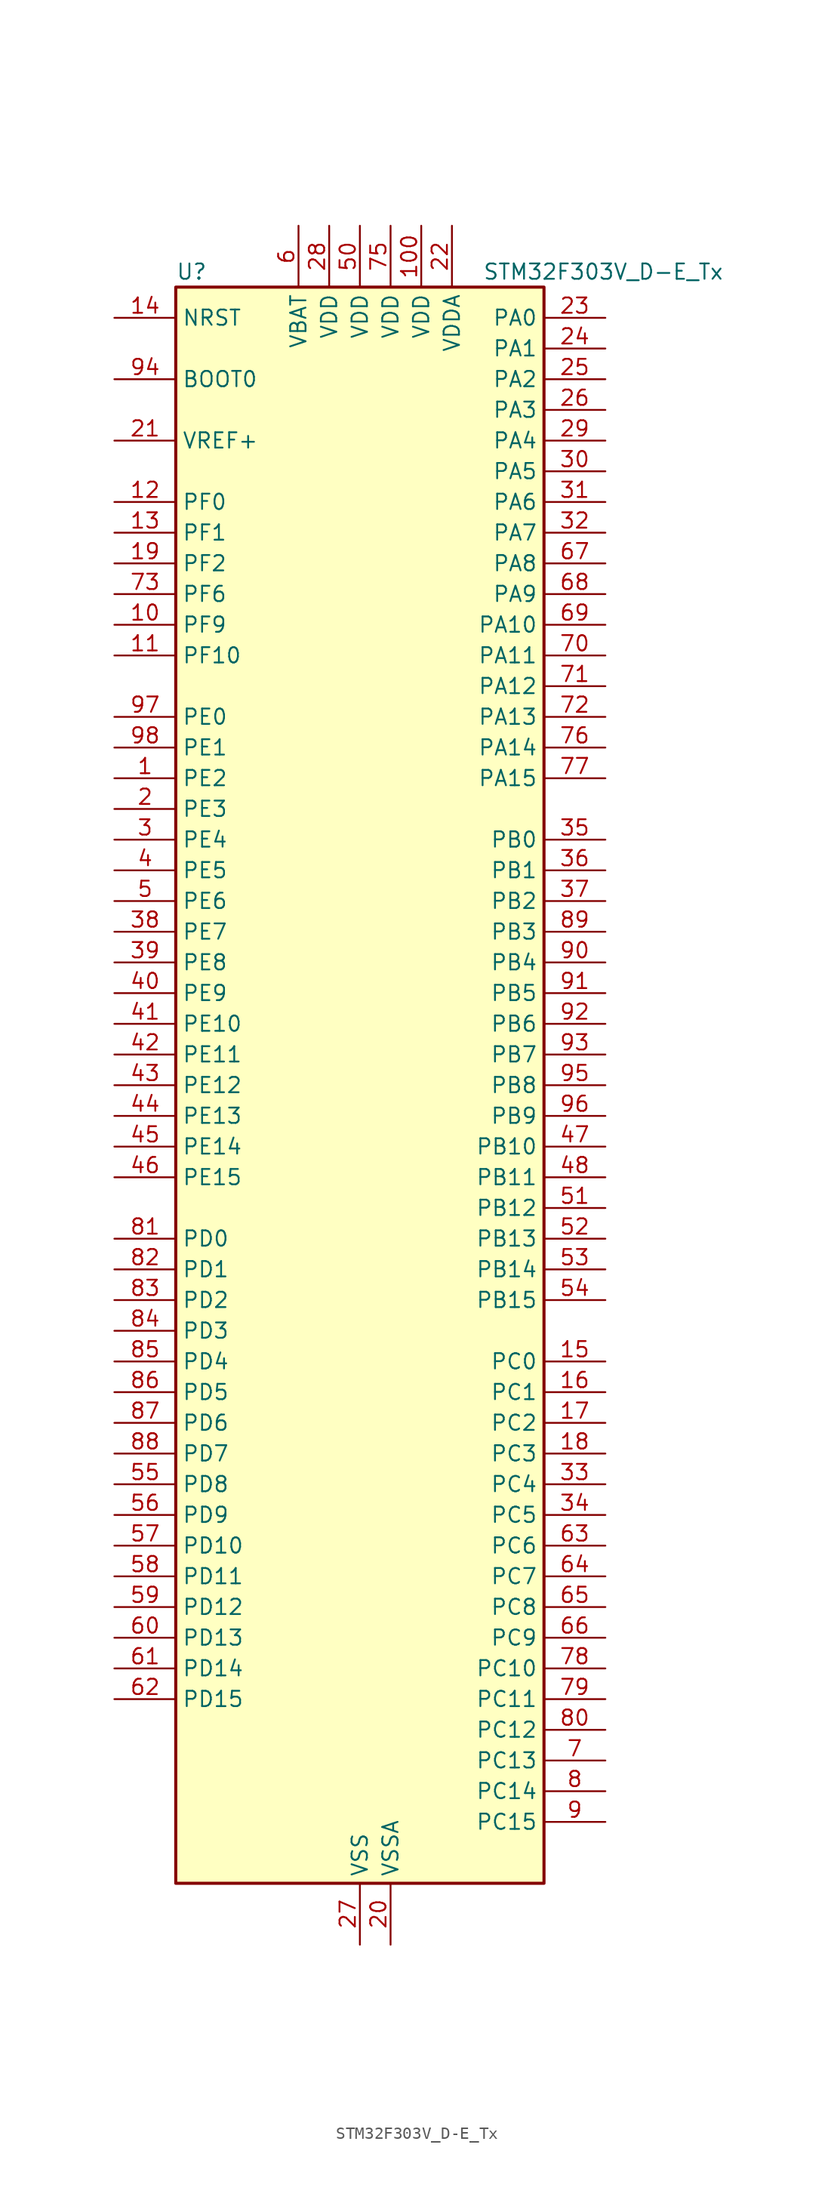
<source format=kicad_sym>
(kicad_symbol_lib
  (version 20231120)
  (generator "kicad_symbol_editor")
  (generator_version "8.0")
  (symbol "STM32F303V_D-E_Tx"
    (property "Reference" "U"
      (at -15.24 67.31 0)
      (effects (font (size 1.27 1.27)) (justify left)))
    (property "Value" "STM32F303V_D-E_Tx"
      (at 10.16 67.31 0)
      (effects (font (size 1.27 1.27)) (justify left)))
    (property "ki_locked" ""
      (at 0 0 0)
      (effects (font (size 1.27 1.27))))
    (symbol "STM32F303V_D-E_Tx_0_1"
      (rectangle (start -15.24 -66.04) (end 15.24 66.04) (stroke (width 0.254) (type default)) (fill (type background))))
    (symbol "STM32F303V_D-E_Tx_1_1"
      (pin bidirectional line (at -20.32 25.4 0) (length 5.08) (name "PE2" (effects (font (size 1.27 1.27)))) (number "1" (effects (font (size 1.27 1.27)))) (alternate "ADC3_EXTI2" bidirectional line) (alternate "ADC4_EXTI2" bidirectional line) (alternate "FMC_A23" bidirectional line) (alternate "SPI4_SCK" bidirectional line) (alternate "SYS_TRACECK" bidirectional line) (alternate "TIM20_CH1" bidirectional line) (alternate "TIM3_CH1" bidirectional line) (alternate "TSC_G7_IO1" bidirectional line))
      (pin bidirectional line (at -20.32 38.1 0) (length 5.08) (name "PF9" (effects (font (size 1.27 1.27)))) (number "10" (effects (font (size 1.27 1.27)))) (alternate "DAC1_EXTI9" bidirectional line) (alternate "FMC_CD" bidirectional line) (alternate "SPI2_SCK" bidirectional line) (alternate "TIM15_CH1" bidirectional line) (alternate "TIM20_BKIN" bidirectional line))
      (pin power_in line (at 5.08 71.12 270) (length 5.08) (name "VDD" (effects (font (size 1.27 1.27)))) (number "100" (effects (font (size 1.27 1.27)))))
      (pin bidirectional line (at -20.32 35.56 0) (length 5.08) (name "PF10" (effects (font (size 1.27 1.27)))) (number "11" (effects (font (size 1.27 1.27)))) (alternate "FMC_INTR" bidirectional line) (alternate "SPI2_SCK" bidirectional line) (alternate "TIM15_CH2" bidirectional line) (alternate "TIM20_BKIN2" bidirectional line))
      (pin bidirectional line (at -20.32 48.26 0) (length 5.08) (name "PF0" (effects (font (size 1.27 1.27)))) (number "12" (effects (font (size 1.27 1.27)))) (alternate "I2C2_SDA" bidirectional line) (alternate "I2S2_WS" bidirectional line) (alternate "RCC_OSC_IN" bidirectional line) (alternate "SPI2_NSS" bidirectional line) (alternate "TIM1_CH3N" bidirectional line))
      (pin bidirectional line (at -20.32 45.72 0) (length 5.08) (name "PF1" (effects (font (size 1.27 1.27)))) (number "13" (effects (font (size 1.27 1.27)))) (alternate "I2C2_SCL" bidirectional line) (alternate "I2S2_CK" bidirectional line) (alternate "RCC_OSC_OUT" bidirectional line) (alternate "SPI2_SCK" bidirectional line))
      (pin input line (at -20.32 63.5 0) (length 5.08) (name "NRST" (effects (font (size 1.27 1.27)))) (number "14" (effects (font (size 1.27 1.27)))))
      (pin bidirectional line (at 20.32 -22.86 180) (length 5.08) (name "PC0" (effects (font (size 1.27 1.27)))) (number "15" (effects (font (size 1.27 1.27)))) (alternate "ADC1_IN6" bidirectional line) (alternate "ADC2_IN6" bidirectional line) (alternate "COMP7_INM" bidirectional line) (alternate "TIM1_CH1" bidirectional line))
      (pin bidirectional line (at 20.32 -25.4 180) (length 5.08) (name "PC1" (effects (font (size 1.27 1.27)))) (number "16" (effects (font (size 1.27 1.27)))) (alternate "ADC1_IN7" bidirectional line) (alternate "ADC2_IN7" bidirectional line) (alternate "COMP7_INP" bidirectional line) (alternate "TIM1_CH2" bidirectional line))
      (pin bidirectional line (at 20.32 -27.94 180) (length 5.08) (name "PC2" (effects (font (size 1.27 1.27)))) (number "17" (effects (font (size 1.27 1.27)))) (alternate "ADC1_IN8" bidirectional line) (alternate "ADC2_IN8" bidirectional line) (alternate "ADC3_EXTI2" bidirectional line) (alternate "ADC4_EXTI2" bidirectional line) (alternate "COMP7_OUT" bidirectional line) (alternate "TIM1_CH3" bidirectional line))
      (pin bidirectional line (at 20.32 -30.48 180) (length 5.08) (name "PC3" (effects (font (size 1.27 1.27)))) (number "18" (effects (font (size 1.27 1.27)))) (alternate "ADC1_IN9" bidirectional line) (alternate "ADC2_IN9" bidirectional line) (alternate "TIM1_BKIN2" bidirectional line) (alternate "TIM1_CH4" bidirectional line))
      (pin bidirectional line (at -20.32 43.18 0) (length 5.08) (name "PF2" (effects (font (size 1.27 1.27)))) (number "19" (effects (font (size 1.27 1.27)))) (alternate "ADC1_IN10" bidirectional line) (alternate "ADC2_IN10" bidirectional line) (alternate "ADC3_EXTI2" bidirectional line) (alternate "ADC4_EXTI2" bidirectional line) (alternate "FMC_A2" bidirectional line) (alternate "TIM20_CH3" bidirectional line))
      (pin bidirectional line (at -20.32 22.86 0) (length 5.08) (name "PE3" (effects (font (size 1.27 1.27)))) (number "2" (effects (font (size 1.27 1.27)))) (alternate "FMC_A19" bidirectional line) (alternate "SPI4_NSS" bidirectional line) (alternate "SYS_TRACED0" bidirectional line) (alternate "TIM20_CH2" bidirectional line) (alternate "TIM3_CH2" bidirectional line) (alternate "TSC_G7_IO2" bidirectional line))
      (pin power_in line (at 2.54 -71.12 90) (length 5.08) (name "VSSA" (effects (font (size 1.27 1.27)))) (number "20" (effects (font (size 1.27 1.27)))))
      (pin input line (at -20.32 53.34 0) (length 5.08) (name "VREF+" (effects (font (size 1.27 1.27)))) (number "21" (effects (font (size 1.27 1.27)))))
      (pin power_in line (at 7.62 71.12 270) (length 5.08) (name "VDDA" (effects (font (size 1.27 1.27)))) (number "22" (effects (font (size 1.27 1.27)))))
      (pin bidirectional line (at 20.32 63.5 180) (length 5.08) (name "PA0" (effects (font (size 1.27 1.27)))) (number "23" (effects (font (size 1.27 1.27)))) (alternate "ADC1_IN1" bidirectional line) (alternate "COMP1_INM" bidirectional line) (alternate "COMP1_OUT" bidirectional line) (alternate "RTC_TAMP2" bidirectional line) (alternate "SYS_WKUP1" bidirectional line) (alternate "TIM2_CH1" bidirectional line) (alternate "TIM2_ETR" bidirectional line) (alternate "TIM8_BKIN" bidirectional line) (alternate "TIM8_ETR" bidirectional line) (alternate "TSC_G1_IO1" bidirectional line) (alternate "USART2_CTS" bidirectional line))
      (pin bidirectional line (at 20.32 60.96 180) (length 5.08) (name "PA1" (effects (font (size 1.27 1.27)))) (number "24" (effects (font (size 1.27 1.27)))) (alternate "ADC1_IN2" bidirectional line) (alternate "COMP1_INP" bidirectional line) (alternate "OPAMP1_VINP" bidirectional line) (alternate "OPAMP1_VINP_SEC" bidirectional line) (alternate "OPAMP3_VINP" bidirectional line) (alternate "OPAMP3_VINP_SEC" bidirectional line) (alternate "RTC_REFIN" bidirectional line) (alternate "TIM15_CH1N" bidirectional line) (alternate "TIM2_CH2" bidirectional line) (alternate "TSC_G1_IO2" bidirectional line) (alternate "USART2_DE" bidirectional line) (alternate "USART2_RTS" bidirectional line))
      (pin bidirectional line (at 20.32 58.42 180) (length 5.08) (name "PA2" (effects (font (size 1.27 1.27)))) (number "25" (effects (font (size 1.27 1.27)))) (alternate "ADC1_IN3" bidirectional line) (alternate "ADC3_EXTI2" bidirectional line) (alternate "ADC4_EXTI2" bidirectional line) (alternate "COMP2_INM" bidirectional line) (alternate "COMP2_OUT" bidirectional line) (alternate "OPAMP1_VOUT" bidirectional line) (alternate "TIM15_CH1" bidirectional line) (alternate "TIM2_CH3" bidirectional line) (alternate "TSC_G1_IO3" bidirectional line) (alternate "USART2_TX" bidirectional line))
      (pin bidirectional line (at 20.32 55.88 180) (length 5.08) (name "PA3" (effects (font (size 1.27 1.27)))) (number "26" (effects (font (size 1.27 1.27)))) (alternate "ADC1_IN4" bidirectional line) (alternate "OPAMP1_VINM" bidirectional line) (alternate "OPAMP1_VINM_SEC" bidirectional line) (alternate "OPAMP1_VINP" bidirectional line) (alternate "OPAMP1_VINP_SEC" bidirectional line) (alternate "TIM15_CH2" bidirectional line) (alternate "TIM2_CH4" bidirectional line) (alternate "TSC_G1_IO4" bidirectional line) (alternate "USART2_RX" bidirectional line))
      (pin power_in line (at 0 -71.12 90) (length 5.08) (name "VSS" (effects (font (size 1.27 1.27)))) (number "27" (effects (font (size 1.27 1.27)))))
      (pin power_in line (at -2.54 71.12 270) (length 5.08) (name "VDD" (effects (font (size 1.27 1.27)))) (number "28" (effects (font (size 1.27 1.27)))))
      (pin bidirectional line (at 20.32 53.34 180) (length 5.08) (name "PA4" (effects (font (size 1.27 1.27)))) (number "29" (effects (font (size 1.27 1.27)))) (alternate "ADC2_IN1" bidirectional line) (alternate "COMP1_INM" bidirectional line) (alternate "COMP2_INM" bidirectional line) (alternate "COMP3_INM" bidirectional line) (alternate "COMP4_INM" bidirectional line) (alternate "COMP5_INM" bidirectional line) (alternate "COMP6_INM" bidirectional line) (alternate "COMP7_INM" bidirectional line) (alternate "DAC1_OUT1" bidirectional line) (alternate "I2S3_WS" bidirectional line) (alternate "OPAMP4_VINP" bidirectional line) (alternate "OPAMP4_VINP_SEC" bidirectional line) (alternate "SPI1_NSS" bidirectional line) (alternate "SPI3_NSS" bidirectional line) (alternate "TIM3_CH2" bidirectional line) (alternate "TSC_G2_IO1" bidirectional line) (alternate "USART2_CK" bidirectional line))
      (pin bidirectional line (at -20.32 20.32 0) (length 5.08) (name "PE4" (effects (font (size 1.27 1.27)))) (number "3" (effects (font (size 1.27 1.27)))) (alternate "FMC_A20" bidirectional line) (alternate "SPI4_NSS" bidirectional line) (alternate "SYS_TRACED1" bidirectional line) (alternate "TIM20_CH1N" bidirectional line) (alternate "TIM3_CH3" bidirectional line) (alternate "TSC_G7_IO3" bidirectional line))
      (pin bidirectional line (at 20.32 50.8 180) (length 5.08) (name "PA5" (effects (font (size 1.27 1.27)))) (number "30" (effects (font (size 1.27 1.27)))) (alternate "ADC2_IN2" bidirectional line) (alternate "COMP1_INM" bidirectional line) (alternate "COMP2_INM" bidirectional line) (alternate "COMP3_INM" bidirectional line) (alternate "COMP4_INM" bidirectional line) (alternate "COMP5_INM" bidirectional line) (alternate "COMP6_INM" bidirectional line) (alternate "COMP7_INM" bidirectional line) (alternate "DAC1_OUT2" bidirectional line) (alternate "OPAMP1_VINP" bidirectional line) (alternate "OPAMP1_VINP_SEC" bidirectional line) (alternate "OPAMP2_VINM" bidirectional line) (alternate "OPAMP2_VINM_SEC" bidirectional line) (alternate "OPAMP3_VINP" bidirectional line) (alternate "OPAMP3_VINP_SEC" bidirectional line) (alternate "SPI1_SCK" bidirectional line) (alternate "TIM2_CH1" bidirectional line) (alternate "TIM2_ETR" bidirectional line) (alternate "TSC_G2_IO2" bidirectional line))
      (pin bidirectional line (at 20.32 48.26 180) (length 5.08) (name "PA6" (effects (font (size 1.27 1.27)))) (number "31" (effects (font (size 1.27 1.27)))) (alternate "ADC2_IN3" bidirectional line) (alternate "COMP1_OUT" bidirectional line) (alternate "OPAMP2_VOUT" bidirectional line) (alternate "SPI1_MISO" bidirectional line) (alternate "TIM16_CH1" bidirectional line) (alternate "TIM1_BKIN" bidirectional line) (alternate "TIM3_CH1" bidirectional line) (alternate "TIM8_BKIN" bidirectional line) (alternate "TSC_G2_IO3" bidirectional line))
      (pin bidirectional line (at 20.32 45.72 180) (length 5.08) (name "PA7" (effects (font (size 1.27 1.27)))) (number "32" (effects (font (size 1.27 1.27)))) (alternate "ADC2_IN4" bidirectional line) (alternate "COMP2_INP" bidirectional line) (alternate "OPAMP1_VINP" bidirectional line) (alternate "OPAMP1_VINP_SEC" bidirectional line) (alternate "OPAMP2_VINP" bidirectional line) (alternate "OPAMP2_VINP_SEC" bidirectional line) (alternate "SPI1_MOSI" bidirectional line) (alternate "TIM17_CH1" bidirectional line) (alternate "TIM1_CH1N" bidirectional line) (alternate "TIM3_CH2" bidirectional line) (alternate "TIM8_CH1N" bidirectional line) (alternate "TSC_G2_IO4" bidirectional line))
      (pin bidirectional line (at 20.32 -33.02 180) (length 5.08) (name "PC4" (effects (font (size 1.27 1.27)))) (number "33" (effects (font (size 1.27 1.27)))) (alternate "ADC2_IN5" bidirectional line) (alternate "TIM1_ETR" bidirectional line) (alternate "USART1_TX" bidirectional line))
      (pin bidirectional line (at 20.32 -35.56 180) (length 5.08) (name "PC5" (effects (font (size 1.27 1.27)))) (number "34" (effects (font (size 1.27 1.27)))) (alternate "ADC2_IN11" bidirectional line) (alternate "OPAMP1_VINM" bidirectional line) (alternate "OPAMP1_VINM_SEC" bidirectional line) (alternate "OPAMP2_VINM" bidirectional line) (alternate "OPAMP2_VINM_SEC" bidirectional line) (alternate "TIM15_BKIN" bidirectional line) (alternate "TSC_G3_IO1" bidirectional line) (alternate "USART1_RX" bidirectional line))
      (pin bidirectional line (at 20.32 20.32 180) (length 5.08) (name "PB0" (effects (font (size 1.27 1.27)))) (number "35" (effects (font (size 1.27 1.27)))) (alternate "ADC3_IN12" bidirectional line) (alternate "COMP4_INP" bidirectional line) (alternate "OPAMP2_VINP" bidirectional line) (alternate "OPAMP2_VINP_SEC" bidirectional line) (alternate "OPAMP3_VINP" bidirectional line) (alternate "OPAMP3_VINP_SEC" bidirectional line) (alternate "TIM1_CH2N" bidirectional line) (alternate "TIM3_CH3" bidirectional line) (alternate "TIM8_CH2N" bidirectional line) (alternate "TSC_G3_IO2" bidirectional line))
      (pin bidirectional line (at 20.32 17.78 180) (length 5.08) (name "PB1" (effects (font (size 1.27 1.27)))) (number "36" (effects (font (size 1.27 1.27)))) (alternate "ADC3_IN1" bidirectional line) (alternate "COMP4_OUT" bidirectional line) (alternate "OPAMP3_VOUT" bidirectional line) (alternate "TIM1_CH3N" bidirectional line) (alternate "TIM3_CH4" bidirectional line) (alternate "TIM8_CH3N" bidirectional line) (alternate "TSC_G3_IO3" bidirectional line))
      (pin bidirectional line (at 20.32 15.24 180) (length 5.08) (name "PB2" (effects (font (size 1.27 1.27)))) (number "37" (effects (font (size 1.27 1.27)))) (alternate "ADC2_IN12" bidirectional line) (alternate "ADC3_EXTI2" bidirectional line) (alternate "ADC4_EXTI2" bidirectional line) (alternate "COMP4_INM" bidirectional line) (alternate "OPAMP3_VINM" bidirectional line) (alternate "OPAMP3_VINM_SEC" bidirectional line) (alternate "TSC_G3_IO4" bidirectional line))
      (pin bidirectional line (at -20.32 12.7 0) (length 5.08) (name "PE7" (effects (font (size 1.27 1.27)))) (number "38" (effects (font (size 1.27 1.27)))) (alternate "ADC3_IN13" bidirectional line) (alternate "FMC_D4" bidirectional line) (alternate "FMC_DA4" bidirectional line) (alternate "TIM1_ETR" bidirectional line))
      (pin bidirectional line (at -20.32 10.16 0) (length 5.08) (name "PE8" (effects (font (size 1.27 1.27)))) (number "39" (effects (font (size 1.27 1.27)))) (alternate "ADC3_IN6" bidirectional line) (alternate "ADC4_IN6" bidirectional line) (alternate "COMP4_INM" bidirectional line) (alternate "FMC_D5" bidirectional line) (alternate "FMC_DA5" bidirectional line) (alternate "TIM1_CH1N" bidirectional line))
      (pin bidirectional line (at -20.32 17.78 0) (length 5.08) (name "PE5" (effects (font (size 1.27 1.27)))) (number "4" (effects (font (size 1.27 1.27)))) (alternate "FMC_A21" bidirectional line) (alternate "SPI4_MISO" bidirectional line) (alternate "SYS_TRACED2" bidirectional line) (alternate "TIM20_CH2N" bidirectional line) (alternate "TIM3_CH4" bidirectional line) (alternate "TSC_G7_IO4" bidirectional line))
      (pin bidirectional line (at -20.32 7.62 0) (length 5.08) (name "PE9" (effects (font (size 1.27 1.27)))) (number "40" (effects (font (size 1.27 1.27)))) (alternate "ADC3_IN2" bidirectional line) (alternate "DAC1_EXTI9" bidirectional line) (alternate "FMC_D6" bidirectional line) (alternate "FMC_DA6" bidirectional line) (alternate "TIM1_CH1" bidirectional line))
      (pin bidirectional line (at -20.32 5.08 0) (length 5.08) (name "PE10" (effects (font (size 1.27 1.27)))) (number "41" (effects (font (size 1.27 1.27)))) (alternate "ADC3_IN14" bidirectional line) (alternate "FMC_D7" bidirectional line) (alternate "FMC_DA7" bidirectional line) (alternate "TIM1_CH2N" bidirectional line))
      (pin bidirectional line (at -20.32 2.54 0) (length 5.08) (name "PE11" (effects (font (size 1.27 1.27)))) (number "42" (effects (font (size 1.27 1.27)))) (alternate "ADC1_EXTI11" bidirectional line) (alternate "ADC2_EXTI11" bidirectional line) (alternate "ADC3_IN15" bidirectional line) (alternate "FMC_D8" bidirectional line) (alternate "FMC_DA8" bidirectional line) (alternate "SPI4_NSS" bidirectional line) (alternate "TIM1_CH2" bidirectional line))
      (pin bidirectional line (at -20.32 0 0) (length 5.08) (name "PE12" (effects (font (size 1.27 1.27)))) (number "43" (effects (font (size 1.27 1.27)))) (alternate "ADC3_IN16" bidirectional line) (alternate "FMC_D9" bidirectional line) (alternate "FMC_DA9" bidirectional line) (alternate "SPI4_SCK" bidirectional line) (alternate "TIM1_CH3N" bidirectional line))
      (pin bidirectional line (at -20.32 -2.54 0) (length 5.08) (name "PE13" (effects (font (size 1.27 1.27)))) (number "44" (effects (font (size 1.27 1.27)))) (alternate "ADC3_IN3" bidirectional line) (alternate "FMC_D10" bidirectional line) (alternate "FMC_DA10" bidirectional line) (alternate "SPI4_MISO" bidirectional line) (alternate "TIM1_CH3" bidirectional line))
      (pin bidirectional line (at -20.32 -5.08 0) (length 5.08) (name "PE14" (effects (font (size 1.27 1.27)))) (number "45" (effects (font (size 1.27 1.27)))) (alternate "ADC4_IN1" bidirectional line) (alternate "FMC_D11" bidirectional line) (alternate "FMC_DA11" bidirectional line) (alternate "SPI4_MOSI" bidirectional line) (alternate "TIM1_BKIN2" bidirectional line) (alternate "TIM1_CH4" bidirectional line))
      (pin bidirectional line (at -20.32 -7.62 0) (length 5.08) (name "PE15" (effects (font (size 1.27 1.27)))) (number "46" (effects (font (size 1.27 1.27)))) (alternate "ADC1_EXTI15" bidirectional line) (alternate "ADC2_EXTI15" bidirectional line) (alternate "ADC3_EXTI15" bidirectional line) (alternate "ADC4_EXTI15" bidirectional line) (alternate "ADC4_IN2" bidirectional line) (alternate "FMC_D12" bidirectional line) (alternate "FMC_DA12" bidirectional line) (alternate "TIM1_BKIN" bidirectional line) (alternate "USART3_RX" bidirectional line))
      (pin bidirectional line (at 20.32 -5.08 180) (length 5.08) (name "PB10" (effects (font (size 1.27 1.27)))) (number "47" (effects (font (size 1.27 1.27)))) (alternate "COMP5_INM" bidirectional line) (alternate "OPAMP3_VINM" bidirectional line) (alternate "OPAMP3_VINM_SEC" bidirectional line) (alternate "OPAMP4_VINM" bidirectional line) (alternate "OPAMP4_VINM_SEC" bidirectional line) (alternate "TIM2_CH3" bidirectional line) (alternate "TSC_SYNC" bidirectional line) (alternate "USART3_TX" bidirectional line))
      (pin bidirectional line (at 20.32 -7.62 180) (length 5.08) (name "PB11" (effects (font (size 1.27 1.27)))) (number "48" (effects (font (size 1.27 1.27)))) (alternate "ADC1_EXTI11" bidirectional line) (alternate "ADC1_IN14" bidirectional line) (alternate "ADC2_EXTI11" bidirectional line) (alternate "ADC2_IN14" bidirectional line) (alternate "COMP6_INP" bidirectional line) (alternate "OPAMP4_VINP" bidirectional line) (alternate "OPAMP4_VINP_SEC" bidirectional line) (alternate "TIM2_CH4" bidirectional line) (alternate "TSC_G6_IO1" bidirectional line) (alternate "USART3_RX" bidirectional line))
      (pin passive line (at 0 -71.12 90) (length 5.08) hide (name "VSS" (effects (font (size 1.27 1.27)))) (number "49" (effects (font (size 1.27 1.27)))))
      (pin bidirectional line (at -20.32 15.24 0) (length 5.08) (name "PE6" (effects (font (size 1.27 1.27)))) (number "5" (effects (font (size 1.27 1.27)))) (alternate "FMC_A22" bidirectional line) (alternate "RTC_TAMP3" bidirectional line) (alternate "SPI4_MOSI" bidirectional line) (alternate "SYS_TRACED3" bidirectional line) (alternate "SYS_WKUP3" bidirectional line) (alternate "TIM20_CH3N" bidirectional line))
      (pin power_in line (at 0 71.12 270) (length 5.08) (name "VDD" (effects (font (size 1.27 1.27)))) (number "50" (effects (font (size 1.27 1.27)))))
      (pin bidirectional line (at 20.32 -10.16 180) (length 5.08) (name "PB12" (effects (font (size 1.27 1.27)))) (number "51" (effects (font (size 1.27 1.27)))) (alternate "ADC4_IN3" bidirectional line) (alternate "COMP3_INM" bidirectional line) (alternate "I2C2_SMBA" bidirectional line) (alternate "I2S2_WS" bidirectional line) (alternate "OPAMP4_VOUT" bidirectional line) (alternate "SPI2_NSS" bidirectional line) (alternate "TIM1_BKIN" bidirectional line) (alternate "TSC_G6_IO2" bidirectional line) (alternate "USART3_CK" bidirectional line))
      (pin bidirectional line (at 20.32 -12.7 180) (length 5.08) (name "PB13" (effects (font (size 1.27 1.27)))) (number "52" (effects (font (size 1.27 1.27)))) (alternate "ADC3_IN5" bidirectional line) (alternate "COMP5_INP" bidirectional line) (alternate "I2S2_CK" bidirectional line) (alternate "OPAMP3_VINP" bidirectional line) (alternate "OPAMP3_VINP_SEC" bidirectional line) (alternate "OPAMP4_VINP" bidirectional line) (alternate "OPAMP4_VINP_SEC" bidirectional line) (alternate "SPI2_SCK" bidirectional line) (alternate "TIM1_CH1N" bidirectional line) (alternate "TSC_G6_IO3" bidirectional line) (alternate "USART3_CTS" bidirectional line))
      (pin bidirectional line (at 20.32 -15.24 180) (length 5.08) (name "PB14" (effects (font (size 1.27 1.27)))) (number "53" (effects (font (size 1.27 1.27)))) (alternate "ADC4_IN4" bidirectional line) (alternate "COMP3_INP" bidirectional line) (alternate "I2S2_ext_SD" bidirectional line) (alternate "OPAMP2_VINP" bidirectional line) (alternate "OPAMP2_VINP_SEC" bidirectional line) (alternate "SPI2_MISO" bidirectional line) (alternate "TIM15_CH1" bidirectional line) (alternate "TIM1_CH2N" bidirectional line) (alternate "TSC_G6_IO4" bidirectional line) (alternate "USART3_DE" bidirectional line) (alternate "USART3_RTS" bidirectional line))
      (pin bidirectional line (at 20.32 -17.78 180) (length 5.08) (name "PB15" (effects (font (size 1.27 1.27)))) (number "54" (effects (font (size 1.27 1.27)))) (alternate "ADC1_EXTI15" bidirectional line) (alternate "ADC2_EXTI15" bidirectional line) (alternate "ADC3_EXTI15" bidirectional line) (alternate "ADC4_EXTI15" bidirectional line) (alternate "ADC4_IN5" bidirectional line) (alternate "COMP6_INM" bidirectional line) (alternate "I2S2_SD" bidirectional line) (alternate "RTC_REFIN" bidirectional line) (alternate "SPI2_MOSI" bidirectional line) (alternate "TIM15_CH1N" bidirectional line) (alternate "TIM15_CH2" bidirectional line) (alternate "TIM1_CH3N" bidirectional line))
      (pin bidirectional line (at -20.32 -33.02 0) (length 5.08) (name "PD8" (effects (font (size 1.27 1.27)))) (number "55" (effects (font (size 1.27 1.27)))) (alternate "ADC4_IN12" bidirectional line) (alternate "FMC_D13" bidirectional line) (alternate "FMC_DA13" bidirectional line) (alternate "OPAMP4_VINM" bidirectional line) (alternate "OPAMP4_VINM_SEC" bidirectional line) (alternate "USART3_TX" bidirectional line))
      (pin bidirectional line (at -20.32 -35.56 0) (length 5.08) (name "PD9" (effects (font (size 1.27 1.27)))) (number "56" (effects (font (size 1.27 1.27)))) (alternate "ADC4_IN13" bidirectional line) (alternate "DAC1_EXTI9" bidirectional line) (alternate "FMC_D14" bidirectional line) (alternate "FMC_DA14" bidirectional line) (alternate "USART3_RX" bidirectional line))
      (pin bidirectional line (at -20.32 -38.1 0) (length 5.08) (name "PD10" (effects (font (size 1.27 1.27)))) (number "57" (effects (font (size 1.27 1.27)))) (alternate "ADC3_IN7" bidirectional line) (alternate "ADC4_IN7" bidirectional line) (alternate "COMP6_INM" bidirectional line) (alternate "FMC_D15" bidirectional line) (alternate "FMC_DA15" bidirectional line) (alternate "USART3_CK" bidirectional line))
      (pin bidirectional line (at -20.32 -40.64 0) (length 5.08) (name "PD11" (effects (font (size 1.27 1.27)))) (number "58" (effects (font (size 1.27 1.27)))) (alternate "ADC1_EXTI11" bidirectional line) (alternate "ADC2_EXTI11" bidirectional line) (alternate "ADC3_IN8" bidirectional line) (alternate "ADC4_IN8" bidirectional line) (alternate "FMC_A16" bidirectional line) (alternate "FMC_CLE" bidirectional line) (alternate "OPAMP4_VINP" bidirectional line) (alternate "OPAMP4_VINP_SEC" bidirectional line) (alternate "USART3_CTS" bidirectional line))
      (pin bidirectional line (at -20.32 -43.18 0) (length 5.08) (name "PD12" (effects (font (size 1.27 1.27)))) (number "59" (effects (font (size 1.27 1.27)))) (alternate "ADC3_IN9" bidirectional line) (alternate "ADC4_IN9" bidirectional line) (alternate "FMC_A17" bidirectional line) (alternate "FMC_ALE" bidirectional line) (alternate "TIM4_CH1" bidirectional line) (alternate "TSC_G8_IO1" bidirectional line) (alternate "USART3_DE" bidirectional line) (alternate "USART3_RTS" bidirectional line))
      (pin power_in line (at -5.08 71.12 270) (length 5.08) (name "VBAT" (effects (font (size 1.27 1.27)))) (number "6" (effects (font (size 1.27 1.27)))))
      (pin bidirectional line (at -20.32 -45.72 0) (length 5.08) (name "PD13" (effects (font (size 1.27 1.27)))) (number "60" (effects (font (size 1.27 1.27)))) (alternate "ADC3_IN10" bidirectional line) (alternate "ADC4_IN10" bidirectional line) (alternate "COMP5_INM" bidirectional line) (alternate "FMC_A18" bidirectional line) (alternate "TIM4_CH2" bidirectional line) (alternate "TSC_G8_IO2" bidirectional line))
      (pin bidirectional line (at -20.32 -48.26 0) (length 5.08) (name "PD14" (effects (font (size 1.27 1.27)))) (number "61" (effects (font (size 1.27 1.27)))) (alternate "ADC3_IN11" bidirectional line) (alternate "ADC4_IN11" bidirectional line) (alternate "FMC_D0" bidirectional line) (alternate "FMC_DA0" bidirectional line) (alternate "OPAMP2_VINP" bidirectional line) (alternate "OPAMP2_VINP_SEC" bidirectional line) (alternate "TIM4_CH3" bidirectional line) (alternate "TSC_G8_IO3" bidirectional line))
      (pin bidirectional line (at -20.32 -50.8 0) (length 5.08) (name "PD15" (effects (font (size 1.27 1.27)))) (number "62" (effects (font (size 1.27 1.27)))) (alternate "ADC1_EXTI15" bidirectional line) (alternate "ADC2_EXTI15" bidirectional line) (alternate "ADC3_EXTI15" bidirectional line) (alternate "ADC4_EXTI15" bidirectional line) (alternate "COMP3_INM" bidirectional line) (alternate "FMC_D1" bidirectional line) (alternate "FMC_DA1" bidirectional line) (alternate "SPI2_NSS" bidirectional line) (alternate "TIM4_CH4" bidirectional line) (alternate "TSC_G8_IO4" bidirectional line))
      (pin bidirectional line (at 20.32 -38.1 180) (length 5.08) (name "PC6" (effects (font (size 1.27 1.27)))) (number "63" (effects (font (size 1.27 1.27)))) (alternate "COMP6_OUT" bidirectional line) (alternate "I2S2_MCK" bidirectional line) (alternate "TIM3_CH1" bidirectional line) (alternate "TIM8_CH1" bidirectional line))
      (pin bidirectional line (at 20.32 -40.64 180) (length 5.08) (name "PC7" (effects (font (size 1.27 1.27)))) (number "64" (effects (font (size 1.27 1.27)))) (alternate "COMP5_OUT" bidirectional line) (alternate "I2S3_MCK" bidirectional line) (alternate "TIM3_CH2" bidirectional line) (alternate "TIM8_CH2" bidirectional line))
      (pin bidirectional line (at 20.32 -43.18 180) (length 5.08) (name "PC8" (effects (font (size 1.27 1.27)))) (number "65" (effects (font (size 1.27 1.27)))) (alternate "COMP3_OUT" bidirectional line) (alternate "TIM3_CH3" bidirectional line) (alternate "TIM8_CH3" bidirectional line))
      (pin bidirectional line (at 20.32 -45.72 180) (length 5.08) (name "PC9" (effects (font (size 1.27 1.27)))) (number "66" (effects (font (size 1.27 1.27)))) (alternate "DAC1_EXTI9" bidirectional line) (alternate "I2C3_SDA" bidirectional line) (alternate "I2S_CKIN" bidirectional line) (alternate "TIM3_CH4" bidirectional line) (alternate "TIM8_BKIN2" bidirectional line) (alternate "TIM8_CH4" bidirectional line))
      (pin bidirectional line (at 20.32 43.18 180) (length 5.08) (name "PA8" (effects (font (size 1.27 1.27)))) (number "67" (effects (font (size 1.27 1.27)))) (alternate "COMP3_OUT" bidirectional line) (alternate "I2C2_SMBA" bidirectional line) (alternate "I2C3_SCL" bidirectional line) (alternate "I2S2_MCK" bidirectional line) (alternate "RCC_MCO" bidirectional line) (alternate "TIM1_CH1" bidirectional line) (alternate "TIM4_ETR" bidirectional line) (alternate "USART1_CK" bidirectional line))
      (pin bidirectional line (at 20.32 40.64 180) (length 5.08) (name "PA9" (effects (font (size 1.27 1.27)))) (number "68" (effects (font (size 1.27 1.27)))) (alternate "COMP5_OUT" bidirectional line) (alternate "DAC1_EXTI9" bidirectional line) (alternate "I2C2_SCL" bidirectional line) (alternate "I2C3_SMBA" bidirectional line) (alternate "I2S3_MCK" bidirectional line) (alternate "TIM15_BKIN" bidirectional line) (alternate "TIM1_CH2" bidirectional line) (alternate "TIM2_CH3" bidirectional line) (alternate "TSC_G4_IO1" bidirectional line) (alternate "USART1_TX" bidirectional line))
      (pin bidirectional line (at 20.32 38.1 180) (length 5.08) (name "PA10" (effects (font (size 1.27 1.27)))) (number "69" (effects (font (size 1.27 1.27)))) (alternate "COMP6_OUT" bidirectional line) (alternate "I2C2_SDA" bidirectional line) (alternate "I2S2_ext_SD" bidirectional line) (alternate "SPI2_MISO" bidirectional line) (alternate "TIM17_BKIN" bidirectional line) (alternate "TIM1_CH3" bidirectional line) (alternate "TIM2_CH4" bidirectional line) (alternate "TIM8_BKIN" bidirectional line) (alternate "TSC_G4_IO2" bidirectional line) (alternate "USART1_RX" bidirectional line))
      (pin bidirectional line (at 20.32 -55.88 180) (length 5.08) (name "PC13" (effects (font (size 1.27 1.27)))) (number "7" (effects (font (size 1.27 1.27)))) (alternate "RTC_OUT_ALARM" bidirectional line) (alternate "RTC_OUT_CALIB" bidirectional line) (alternate "RTC_TAMP1" bidirectional line) (alternate "RTC_TS" bidirectional line) (alternate "SYS_WKUP2" bidirectional line) (alternate "TIM1_CH1N" bidirectional line))
      (pin bidirectional line (at 20.32 35.56 180) (length 5.08) (name "PA11" (effects (font (size 1.27 1.27)))) (number "70" (effects (font (size 1.27 1.27)))) (alternate "ADC1_EXTI11" bidirectional line) (alternate "ADC2_EXTI11" bidirectional line) (alternate "CAN_RX" bidirectional line) (alternate "COMP1_OUT" bidirectional line) (alternate "I2S2_SD" bidirectional line) (alternate "SPI2_MOSI" bidirectional line) (alternate "TIM1_BKIN2" bidirectional line) (alternate "TIM1_CH1N" bidirectional line) (alternate "TIM1_CH4" bidirectional line) (alternate "TIM4_CH1" bidirectional line) (alternate "USART1_CTS" bidirectional line) (alternate "USB_DM" bidirectional line))
      (pin bidirectional line (at 20.32 33.02 180) (length 5.08) (name "PA12" (effects (font (size 1.27 1.27)))) (number "71" (effects (font (size 1.27 1.27)))) (alternate "CAN_TX" bidirectional line) (alternate "COMP2_OUT" bidirectional line) (alternate "I2S_CKIN" bidirectional line) (alternate "TIM16_CH1" bidirectional line) (alternate "TIM1_CH2N" bidirectional line) (alternate "TIM1_ETR" bidirectional line) (alternate "TIM4_CH2" bidirectional line) (alternate "USART1_DE" bidirectional line) (alternate "USART1_RTS" bidirectional line) (alternate "USB_DP" bidirectional line))
      (pin bidirectional line (at 20.32 30.48 180) (length 5.08) (name "PA13" (effects (font (size 1.27 1.27)))) (number "72" (effects (font (size 1.27 1.27)))) (alternate "IR_OUT" bidirectional line) (alternate "SYS_JTMS-SWDIO" bidirectional line) (alternate "TIM16_CH1N" bidirectional line) (alternate "TIM4_CH3" bidirectional line) (alternate "TSC_G4_IO3" bidirectional line) (alternate "USART3_CTS" bidirectional line))
      (pin bidirectional line (at -20.32 40.64 0) (length 5.08) (name "PF6" (effects (font (size 1.27 1.27)))) (number "73" (effects (font (size 1.27 1.27)))) (alternate "FMC_NIORD" bidirectional line) (alternate "I2C2_SCL" bidirectional line) (alternate "TIM4_CH4" bidirectional line) (alternate "USART3_DE" bidirectional line) (alternate "USART3_RTS" bidirectional line))
      (pin passive line (at 0 -71.12 90) (length 5.08) hide (name "VSS" (effects (font (size 1.27 1.27)))) (number "74" (effects (font (size 1.27 1.27)))))
      (pin power_in line (at 2.54 71.12 270) (length 5.08) (name "VDD" (effects (font (size 1.27 1.27)))) (number "75" (effects (font (size 1.27 1.27)))))
      (pin bidirectional line (at 20.32 27.94 180) (length 5.08) (name "PA14" (effects (font (size 1.27 1.27)))) (number "76" (effects (font (size 1.27 1.27)))) (alternate "I2C1_SDA" bidirectional line) (alternate "SYS_JTCK-SWCLK" bidirectional line) (alternate "TIM1_BKIN" bidirectional line) (alternate "TIM8_CH2" bidirectional line) (alternate "TSC_G4_IO4" bidirectional line) (alternate "USART2_TX" bidirectional line))
      (pin bidirectional line (at 20.32 25.4 180) (length 5.08) (name "PA15" (effects (font (size 1.27 1.27)))) (number "77" (effects (font (size 1.27 1.27)))) (alternate "ADC1_EXTI15" bidirectional line) (alternate "ADC2_EXTI15" bidirectional line) (alternate "ADC3_EXTI15" bidirectional line) (alternate "ADC4_EXTI15" bidirectional line) (alternate "I2C1_SCL" bidirectional line) (alternate "I2S3_WS" bidirectional line) (alternate "SPI1_NSS" bidirectional line) (alternate "SPI3_NSS" bidirectional line) (alternate "SYS_JTDI" bidirectional line) (alternate "TIM1_BKIN" bidirectional line) (alternate "TIM2_CH1" bidirectional line) (alternate "TIM2_ETR" bidirectional line) (alternate "TIM8_CH1" bidirectional line) (alternate "TSC_SYNC" bidirectional line) (alternate "USART2_RX" bidirectional line))
      (pin bidirectional line (at 20.32 -48.26 180) (length 5.08) (name "PC10" (effects (font (size 1.27 1.27)))) (number "78" (effects (font (size 1.27 1.27)))) (alternate "I2S3_CK" bidirectional line) (alternate "SPI3_SCK" bidirectional line) (alternate "TIM8_CH1N" bidirectional line) (alternate "UART4_TX" bidirectional line) (alternate "USART3_TX" bidirectional line))
      (pin bidirectional line (at 20.32 -50.8 180) (length 5.08) (name "PC11" (effects (font (size 1.27 1.27)))) (number "79" (effects (font (size 1.27 1.27)))) (alternate "ADC1_EXTI11" bidirectional line) (alternate "ADC2_EXTI11" bidirectional line) (alternate "I2S3_ext_SD" bidirectional line) (alternate "SPI3_MISO" bidirectional line) (alternate "TIM8_CH2N" bidirectional line) (alternate "UART4_RX" bidirectional line) (alternate "USART3_RX" bidirectional line))
      (pin bidirectional line (at 20.32 -58.42 180) (length 5.08) (name "PC14" (effects (font (size 1.27 1.27)))) (number "8" (effects (font (size 1.27 1.27)))) (alternate "RCC_OSC32_IN" bidirectional line))
      (pin bidirectional line (at 20.32 -53.34 180) (length 5.08) (name "PC12" (effects (font (size 1.27 1.27)))) (number "80" (effects (font (size 1.27 1.27)))) (alternate "I2S3_SD" bidirectional line) (alternate "SPI3_MOSI" bidirectional line) (alternate "TIM8_CH3N" bidirectional line) (alternate "UART5_TX" bidirectional line) (alternate "USART3_CK" bidirectional line))
      (pin bidirectional line (at -20.32 -12.7 0) (length 5.08) (name "PD0" (effects (font (size 1.27 1.27)))) (number "81" (effects (font (size 1.27 1.27)))) (alternate "CAN_RX" bidirectional line) (alternate "FMC_D2" bidirectional line) (alternate "FMC_DA2" bidirectional line))
      (pin bidirectional line (at -20.32 -15.24 0) (length 5.08) (name "PD1" (effects (font (size 1.27 1.27)))) (number "82" (effects (font (size 1.27 1.27)))) (alternate "CAN_TX" bidirectional line) (alternate "FMC_D3" bidirectional line) (alternate "FMC_DA3" bidirectional line) (alternate "TIM8_BKIN2" bidirectional line) (alternate "TIM8_CH4" bidirectional line))
      (pin bidirectional line (at -20.32 -17.78 0) (length 5.08) (name "PD2" (effects (font (size 1.27 1.27)))) (number "83" (effects (font (size 1.27 1.27)))) (alternate "ADC3_EXTI2" bidirectional line) (alternate "ADC4_EXTI2" bidirectional line) (alternate "TIM3_ETR" bidirectional line) (alternate "TIM8_BKIN" bidirectional line) (alternate "UART5_RX" bidirectional line))
      (pin bidirectional line (at -20.32 -20.32 0) (length 5.08) (name "PD3" (effects (font (size 1.27 1.27)))) (number "84" (effects (font (size 1.27 1.27)))) (alternate "FMC_CLK" bidirectional line) (alternate "TIM2_CH1" bidirectional line) (alternate "TIM2_ETR" bidirectional line) (alternate "USART2_CTS" bidirectional line))
      (pin bidirectional line (at -20.32 -22.86 0) (length 5.08) (name "PD4" (effects (font (size 1.27 1.27)))) (number "85" (effects (font (size 1.27 1.27)))) (alternate "FMC_NOE" bidirectional line) (alternate "TIM2_CH2" bidirectional line) (alternate "USART2_DE" bidirectional line) (alternate "USART2_RTS" bidirectional line))
      (pin bidirectional line (at -20.32 -25.4 0) (length 5.08) (name "PD5" (effects (font (size 1.27 1.27)))) (number "86" (effects (font (size 1.27 1.27)))) (alternate "FMC_NWE" bidirectional line) (alternate "USART2_TX" bidirectional line))
      (pin bidirectional line (at -20.32 -27.94 0) (length 5.08) (name "PD6" (effects (font (size 1.27 1.27)))) (number "87" (effects (font (size 1.27 1.27)))) (alternate "FMC_NWAIT" bidirectional line) (alternate "TIM2_CH4" bidirectional line) (alternate "USART2_RX" bidirectional line))
      (pin bidirectional line (at -20.32 -30.48 0) (length 5.08) (name "PD7" (effects (font (size 1.27 1.27)))) (number "88" (effects (font (size 1.27 1.27)))) (alternate "FMC_NCE2" bidirectional line) (alternate "FMC_NE1" bidirectional line) (alternate "TIM2_CH3" bidirectional line) (alternate "USART2_CK" bidirectional line))
      (pin bidirectional line (at 20.32 12.7 180) (length 5.08) (name "PB3" (effects (font (size 1.27 1.27)))) (number "89" (effects (font (size 1.27 1.27)))) (alternate "I2S3_CK" bidirectional line) (alternate "SPI1_SCK" bidirectional line) (alternate "SPI3_SCK" bidirectional line) (alternate "SYS_JTDO-TRACESWO" bidirectional line) (alternate "TIM2_CH2" bidirectional line) (alternate "TIM3_ETR" bidirectional line) (alternate "TIM4_ETR" bidirectional line) (alternate "TIM8_CH1N" bidirectional line) (alternate "TSC_G5_IO1" bidirectional line) (alternate "USART2_TX" bidirectional line))
      (pin bidirectional line (at 20.32 -60.96 180) (length 5.08) (name "PC15" (effects (font (size 1.27 1.27)))) (number "9" (effects (font (size 1.27 1.27)))) (alternate "ADC1_EXTI15" bidirectional line) (alternate "ADC2_EXTI15" bidirectional line) (alternate "ADC3_EXTI15" bidirectional line) (alternate "ADC4_EXTI15" bidirectional line) (alternate "RCC_OSC32_OUT" bidirectional line))
      (pin bidirectional line (at 20.32 10.16 180) (length 5.08) (name "PB4" (effects (font (size 1.27 1.27)))) (number "90" (effects (font (size 1.27 1.27)))) (alternate "I2S3_ext_SD" bidirectional line) (alternate "SPI1_MISO" bidirectional line) (alternate "SPI3_MISO" bidirectional line) (alternate "SYS_NJTRST" bidirectional line) (alternate "TIM16_CH1" bidirectional line) (alternate "TIM17_BKIN" bidirectional line) (alternate "TIM3_CH1" bidirectional line) (alternate "TIM8_CH2N" bidirectional line) (alternate "TSC_G5_IO2" bidirectional line) (alternate "USART2_RX" bidirectional line))
      (pin bidirectional line (at 20.32 7.62 180) (length 5.08) (name "PB5" (effects (font (size 1.27 1.27)))) (number "91" (effects (font (size 1.27 1.27)))) (alternate "I2C1_SMBA" bidirectional line) (alternate "I2C3_SDA" bidirectional line) (alternate "I2S3_SD" bidirectional line) (alternate "SPI1_MOSI" bidirectional line) (alternate "SPI3_MOSI" bidirectional line) (alternate "TIM16_BKIN" bidirectional line) (alternate "TIM17_CH1" bidirectional line) (alternate "TIM3_CH2" bidirectional line) (alternate "TIM8_CH3N" bidirectional line) (alternate "USART2_CK" bidirectional line))
      (pin bidirectional line (at 20.32 5.08 180) (length 5.08) (name "PB6" (effects (font (size 1.27 1.27)))) (number "92" (effects (font (size 1.27 1.27)))) (alternate "I2C1_SCL" bidirectional line) (alternate "TIM16_CH1N" bidirectional line) (alternate "TIM4_CH1" bidirectional line) (alternate "TIM8_BKIN2" bidirectional line) (alternate "TIM8_CH1" bidirectional line) (alternate "TIM8_ETR" bidirectional line) (alternate "TSC_G5_IO3" bidirectional line) (alternate "USART1_TX" bidirectional line))
      (pin bidirectional line (at 20.32 2.54 180) (length 5.08) (name "PB7" (effects (font (size 1.27 1.27)))) (number "93" (effects (font (size 1.27 1.27)))) (alternate "FMC_NL" bidirectional line) (alternate "I2C1_SDA" bidirectional line) (alternate "TIM17_CH1N" bidirectional line) (alternate "TIM3_CH4" bidirectional line) (alternate "TIM4_CH2" bidirectional line) (alternate "TIM8_BKIN" bidirectional line) (alternate "TSC_G5_IO4" bidirectional line) (alternate "USART1_RX" bidirectional line))
      (pin input line (at -20.32 58.42 0) (length 5.08) (name "BOOT0" (effects (font (size 1.27 1.27)))) (number "94" (effects (font (size 1.27 1.27)))))
      (pin bidirectional line (at 20.32 0 180) (length 5.08) (name "PB8" (effects (font (size 1.27 1.27)))) (number "95" (effects (font (size 1.27 1.27)))) (alternate "CAN_RX" bidirectional line) (alternate "COMP1_OUT" bidirectional line) (alternate "I2C1_SCL" bidirectional line) (alternate "TIM16_CH1" bidirectional line) (alternate "TIM1_BKIN" bidirectional line) (alternate "TIM4_CH3" bidirectional line) (alternate "TIM8_CH2" bidirectional line) (alternate "TSC_SYNC" bidirectional line) (alternate "USART3_RX" bidirectional line))
      (pin bidirectional line (at 20.32 -2.54 180) (length 5.08) (name "PB9" (effects (font (size 1.27 1.27)))) (number "96" (effects (font (size 1.27 1.27)))) (alternate "CAN_TX" bidirectional line) (alternate "COMP2_OUT" bidirectional line) (alternate "DAC1_EXTI9" bidirectional line) (alternate "I2C1_SDA" bidirectional line) (alternate "IR_OUT" bidirectional line) (alternate "TIM17_CH1" bidirectional line) (alternate "TIM4_CH4" bidirectional line) (alternate "TIM8_CH3" bidirectional line) (alternate "USART3_TX" bidirectional line))
      (pin bidirectional line (at -20.32 30.48 0) (length 5.08) (name "PE0" (effects (font (size 1.27 1.27)))) (number "97" (effects (font (size 1.27 1.27)))) (alternate "FMC_NBL0" bidirectional line) (alternate "TIM16_CH1" bidirectional line) (alternate "TIM20_ETR" bidirectional line) (alternate "TIM4_ETR" bidirectional line) (alternate "USART1_TX" bidirectional line))
      (pin bidirectional line (at -20.32 27.94 0) (length 5.08) (name "PE1" (effects (font (size 1.27 1.27)))) (number "98" (effects (font (size 1.27 1.27)))) (alternate "FMC_NBL1" bidirectional line) (alternate "TIM17_CH1" bidirectional line) (alternate "TIM20_CH4" bidirectional line) (alternate "USART1_RX" bidirectional line))
      (pin passive line (at 0 -71.12 90) (length 5.08) hide (name "VSS" (effects (font (size 1.27 1.27)))) (number "99" (effects (font (size 1.27 1.27))))))))
</source>
